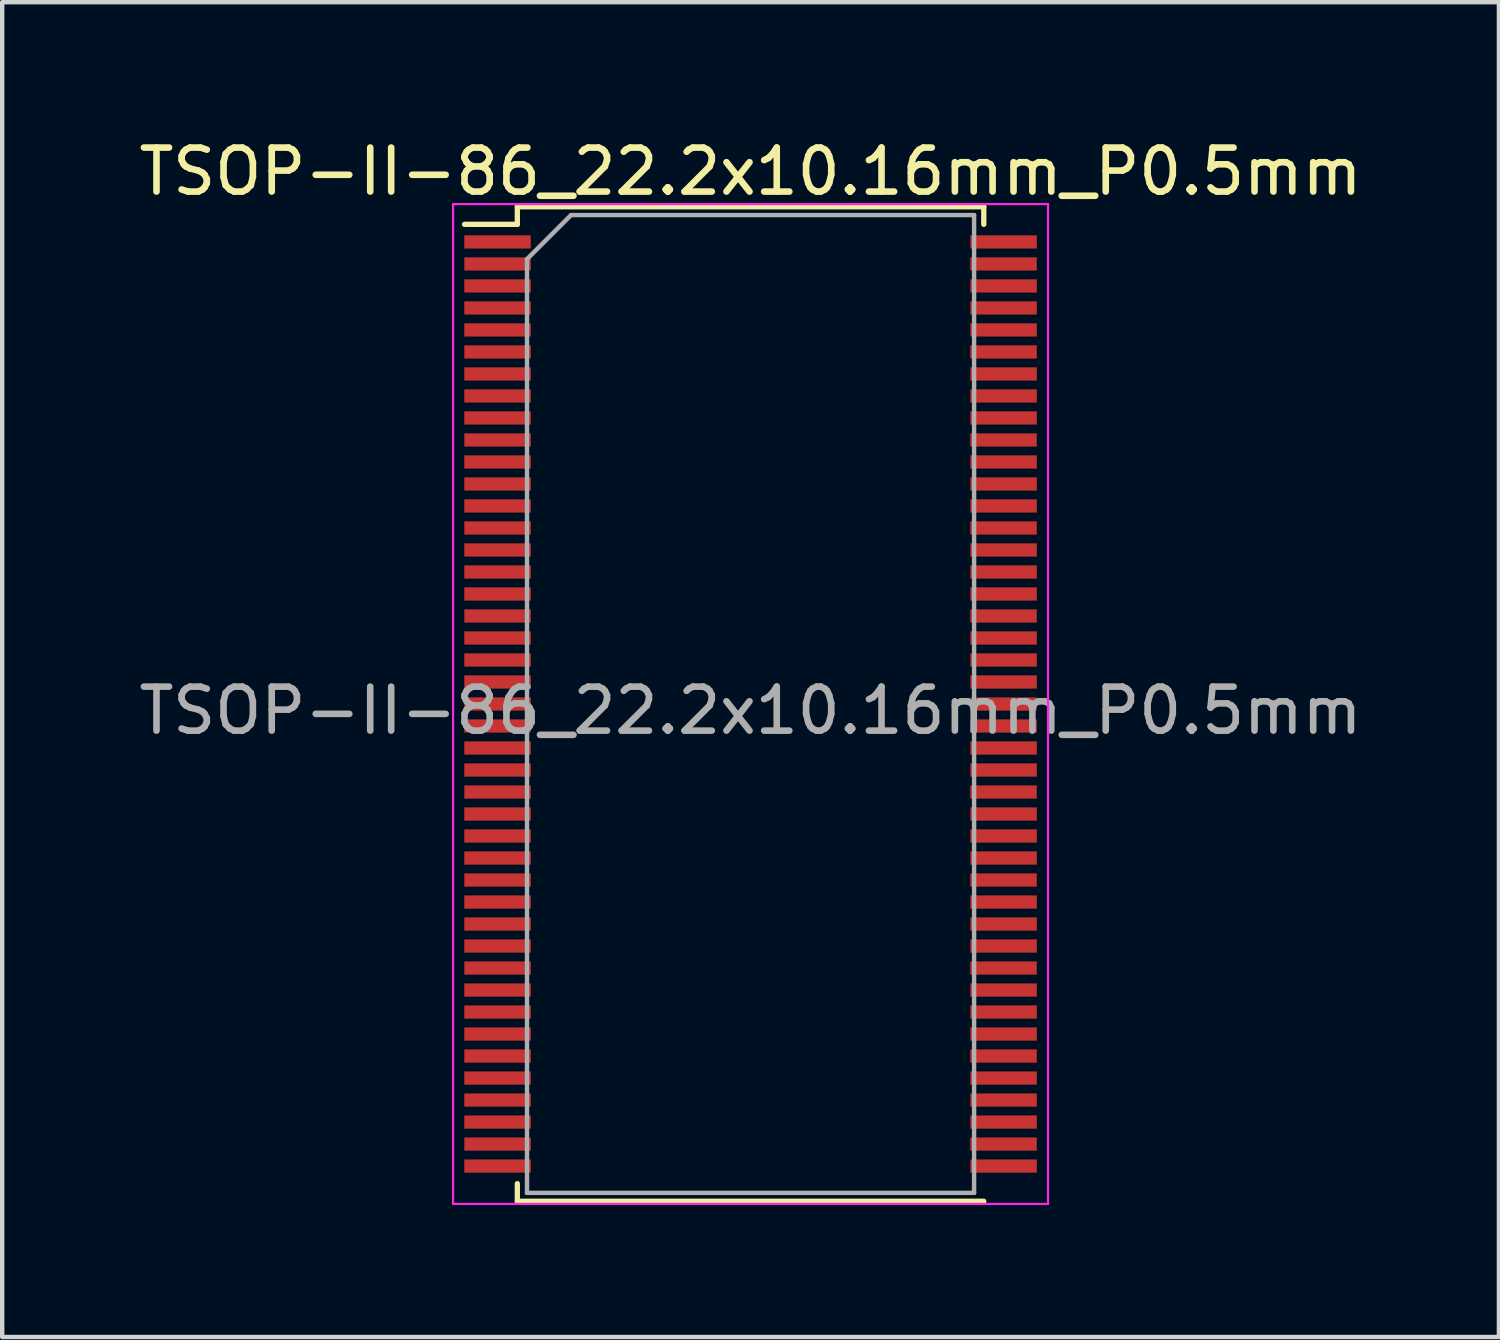
<source format=kicad_pcb>
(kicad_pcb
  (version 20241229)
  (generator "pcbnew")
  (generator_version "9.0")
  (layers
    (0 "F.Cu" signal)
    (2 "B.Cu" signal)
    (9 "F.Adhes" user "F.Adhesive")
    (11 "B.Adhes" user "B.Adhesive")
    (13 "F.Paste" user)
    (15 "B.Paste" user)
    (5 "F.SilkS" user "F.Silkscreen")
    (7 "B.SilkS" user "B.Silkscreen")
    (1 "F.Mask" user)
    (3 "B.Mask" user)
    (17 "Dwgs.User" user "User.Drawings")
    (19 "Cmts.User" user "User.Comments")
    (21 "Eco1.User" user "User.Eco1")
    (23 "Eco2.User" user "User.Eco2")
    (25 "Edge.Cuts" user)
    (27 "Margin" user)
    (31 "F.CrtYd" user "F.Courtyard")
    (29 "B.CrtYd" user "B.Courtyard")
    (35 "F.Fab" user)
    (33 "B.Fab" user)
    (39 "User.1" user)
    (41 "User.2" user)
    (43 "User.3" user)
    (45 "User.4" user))
  (footprint "TSOP-II-86_22.2x10.16mm_P0.5mm"
    (layer "F.Cu")
    (at 14.006 12.948)
    (property "Reference" "TSOP-II-86_22.2x10.16mm_P0.5mm" (at 0 -12.1 0) (unlocked yes) (layer "F.SilkS") (effects (font (size 1 1) (thickness 0.15))))
    (attr smd)
    (fp_line (start -6.5 -10.9) (end -5.3 -10.9) (stroke (width 0.12) (type solid)) (layer "F.SilkS"))
    (fp_line (start -5.3 -11.3) (end 5.3 -11.3) (stroke (width 0.12) (type solid)) (layer "F.SilkS"))
    (fp_line (start -5.3 -10.9) (end -5.3 -11.3) (stroke (width 0.12) (type solid)) (layer "F.SilkS"))
    (fp_line (start -5.3 10.9) (end -5.3 11.3) (stroke (width 0.12) (type solid)) (layer "F.SilkS"))
    (fp_line (start -5.3 11.3) (end 5.3 11.3) (stroke (width 0.12) (type solid)) (layer "F.SilkS"))
    (fp_line (start 5.3 -11.3) (end 5.3 -10.9) (stroke (width 0.12) (type solid)) (layer "F.SilkS"))
    (fp_line (start -6.76 -11.36) (end -6.76 11.36) (stroke (width 0.05) (type solid)) (layer "F.CrtYd"))
    (fp_line (start -6.76 -11.36) (end 6.76 -11.36) (stroke (width 0.05) (type solid)) (layer "F.CrtYd"))
    (fp_line (start 6.76 -11.36) (end 6.76 11.36) (stroke (width 0.05) (type solid)) (layer "F.CrtYd"))
    (fp_line (start 6.76 11.36) (end -6.76 11.36) (stroke (width 0.05) (type solid)) (layer "F.CrtYd"))
    (fp_line (start -5.08 11.11) (end -5.08 -10.11) (stroke (width 0.1) (type solid)) (layer "F.Fab"))
    (fp_line (start -4.08 -11.11) (end -5.08 -10.11) (stroke (width 0.1) (type solid)) (layer "F.Fab"))
    (fp_line (start -4.08 -11.11) (end 5.08 -11.11) (stroke (width 0.1) (type solid)) (layer "F.Fab"))
    (fp_line (start 5.08 -11.11) (end 5.08 11.11) (stroke (width 0.1) (type solid)) (layer "F.Fab"))
    (fp_line (start 5.08 11.11) (end -5.08 11.11) (stroke (width 0.1) (type solid)) (layer "F.Fab"))
    (fp_text user "${REFERENCE}" (at 0 0.15 0) (layer "F.Fab") (effects (font (size 1 1) (thickness 0.15))))
    (pad "1" smd rect (at -5.75 -10.5) (size 1.51 0.3) (layers "F.Cu" "F.Mask" "F.Paste"))
    (pad "2" smd rect (at -5.75 -10) (size 1.51 0.3) (layers "F.Cu" "F.Mask" "F.Paste"))
    (pad "3" smd rect (at -5.75 -9.5) (size 1.51 0.3) (layers "F.Cu" "F.Mask" "F.Paste"))
    (pad "4" smd rect (at -5.75 -9) (size 1.51 0.3) (layers "F.Cu" "F.Mask" "F.Paste"))
    (pad "5" smd rect (at -5.75 -8.5) (size 1.51 0.3) (layers "F.Cu" "F.Mask" "F.Paste"))
    (pad "6" smd rect (at -5.75 -8) (size 1.51 0.3) (layers "F.Cu" "F.Mask" "F.Paste"))
    (pad "7" smd rect (at -5.75 -7.5) (size 1.51 0.3) (layers "F.Cu" "F.Mask" "F.Paste"))
    (pad "8" smd rect (at -5.75 -7) (size 1.51 0.3) (layers "F.Cu" "F.Mask" "F.Paste"))
    (pad "9" smd rect (at -5.75 -6.5) (size 1.51 0.3) (layers "F.Cu" "F.Mask" "F.Paste"))
    (pad "10" smd rect (at -5.75 -6) (size 1.51 0.3) (layers "F.Cu" "F.Mask" "F.Paste"))
    (pad "11" smd rect (at -5.75 -5.5) (size 1.51 0.3) (layers "F.Cu" "F.Mask" "F.Paste"))
    (pad "12" smd rect (at -5.75 -5) (size 1.51 0.3) (layers "F.Cu" "F.Mask" "F.Paste"))
    (pad "13" smd rect (at -5.75 -4.5) (size 1.51 0.3) (layers "F.Cu" "F.Mask" "F.Paste"))
    (pad "14" smd rect (at -5.75 -4) (size 1.51 0.3) (layers "F.Cu" "F.Mask" "F.Paste"))
    (pad "15" smd rect (at -5.75 -3.5) (size 1.51 0.3) (layers "F.Cu" "F.Mask" "F.Paste"))
    (pad "16" smd rect (at -5.75 -3) (size 1.51 0.3) (layers "F.Cu" "F.Mask" "F.Paste"))
    (pad "17" smd rect (at -5.75 -2.5) (size 1.51 0.3) (layers "F.Cu" "F.Mask" "F.Paste"))
    (pad "18" smd rect (at -5.75 -2) (size 1.51 0.3) (layers "F.Cu" "F.Mask" "F.Paste"))
    (pad "19" smd rect (at -5.75 -1.5) (size 1.51 0.3) (layers "F.Cu" "F.Mask" "F.Paste"))
    (pad "20" smd rect (at -5.75 -1) (size 1.51 0.3) (layers "F.Cu" "F.Mask" "F.Paste"))
    (pad "21" smd rect (at -5.75 -0.5) (size 1.51 0.3) (layers "F.Cu" "F.Mask" "F.Paste"))
    (pad "22" smd rect (at -5.75 0) (size 1.51 0.3) (layers "F.Cu" "F.Mask" "F.Paste"))
    (pad "23" smd rect (at -5.75 0.5) (size 1.51 0.3) (layers "F.Cu" "F.Mask" "F.Paste"))
    (pad "24" smd rect (at -5.75 1) (size 1.51 0.3) (layers "F.Cu" "F.Mask" "F.Paste"))
    (pad "25" smd rect (at -5.75 1.5) (size 1.51 0.3) (layers "F.Cu" "F.Mask" "F.Paste"))
    (pad "26" smd rect (at -5.75 2) (size 1.51 0.3) (layers "F.Cu" "F.Mask" "F.Paste"))
    (pad "27" smd rect (at -5.75 2.5) (size 1.51 0.3) (layers "F.Cu" "F.Mask" "F.Paste"))
    (pad "28" smd rect (at -5.75 3) (size 1.51 0.3) (layers "F.Cu" "F.Mask" "F.Paste"))
    (pad "29" smd rect (at -5.75 3.5) (size 1.51 0.3) (layers "F.Cu" "F.Mask" "F.Paste"))
    (pad "30" smd rect (at -5.75 4) (size 1.51 0.3) (layers "F.Cu" "F.Mask" "F.Paste"))
    (pad "31" smd rect (at -5.75 4.5) (size 1.51 0.3) (layers "F.Cu" "F.Mask" "F.Paste"))
    (pad "32" smd rect (at -5.75 5) (size 1.51 0.3) (layers "F.Cu" "F.Mask" "F.Paste"))
    (pad "33" smd rect (at -5.75 5.5) (size 1.51 0.3) (layers "F.Cu" "F.Mask" "F.Paste"))
    (pad "34" smd rect (at -5.75 6) (size 1.51 0.3) (layers "F.Cu" "F.Mask" "F.Paste"))
    (pad "35" smd rect (at -5.75 6.5) (size 1.51 0.3) (layers "F.Cu" "F.Mask" "F.Paste"))
    (pad "36" smd rect (at -5.75 7) (size 1.51 0.3) (layers "F.Cu" "F.Mask" "F.Paste"))
    (pad "37" smd rect (at -5.75 7.5) (size 1.51 0.3) (layers "F.Cu" "F.Mask" "F.Paste"))
    (pad "38" smd rect (at -5.75 8) (size 1.51 0.3) (layers "F.Cu" "F.Mask" "F.Paste"))
    (pad "39" smd rect (at -5.75 8.5) (size 1.51 0.3) (layers "F.Cu" "F.Mask" "F.Paste"))
    (pad "40" smd rect (at -5.75 9) (size 1.51 0.3) (layers "F.Cu" "F.Mask" "F.Paste"))
    (pad "41" smd rect (at -5.75 9.5) (size 1.51 0.3) (layers "F.Cu" "F.Mask" "F.Paste"))
    (pad "42" smd rect (at -5.75 10) (size 1.51 0.3) (layers "F.Cu" "F.Mask" "F.Paste"))
    (pad "43" smd rect (at -5.75 10.5) (size 1.51 0.3) (layers "F.Cu" "F.Mask" "F.Paste"))
    (pad "44" smd rect (at 5.75 10.5) (size 1.51 0.3) (layers "F.Cu" "F.Mask" "F.Paste"))
    (pad "45" smd rect (at 5.75 10) (size 1.51 0.3) (layers "F.Cu" "F.Mask" "F.Paste"))
    (pad "46" smd rect (at 5.75 9.5) (size 1.51 0.3) (layers "F.Cu" "F.Mask" "F.Paste"))
    (pad "47" smd rect (at 5.75 9) (size 1.51 0.3) (layers "F.Cu" "F.Mask" "F.Paste"))
    (pad "48" smd rect (at 5.75 8.5) (size 1.51 0.3) (layers "F.Cu" "F.Mask" "F.Paste"))
    (pad "49" smd rect (at 5.75 8) (size 1.51 0.3) (layers "F.Cu" "F.Mask" "F.Paste"))
    (pad "50" smd rect (at 5.75 7.5) (size 1.51 0.3) (layers "F.Cu" "F.Mask" "F.Paste"))
    (pad "51" smd rect (at 5.75 7) (size 1.51 0.3) (layers "F.Cu" "F.Mask" "F.Paste"))
    (pad "52" smd rect (at 5.75 6.5) (size 1.51 0.3) (layers "F.Cu" "F.Mask" "F.Paste"))
    (pad "53" smd rect (at 5.75 6) (size 1.51 0.3) (layers "F.Cu" "F.Mask" "F.Paste"))
    (pad "54" smd rect (at 5.75 5.5) (size 1.51 0.3) (layers "F.Cu" "F.Mask" "F.Paste"))
    (pad "55" smd rect (at 5.75 5) (size 1.51 0.3) (layers "F.Cu" "F.Mask" "F.Paste"))
    (pad "56" smd rect (at 5.75 4.5) (size 1.51 0.3) (layers "F.Cu" "F.Mask" "F.Paste"))
    (pad "57" smd rect (at 5.75 4) (size 1.51 0.3) (layers "F.Cu" "F.Mask" "F.Paste"))
    (pad "58" smd rect (at 5.75 3.5) (size 1.51 0.3) (layers "F.Cu" "F.Mask" "F.Paste"))
    (pad "59" smd rect (at 5.75 3) (size 1.51 0.3) (layers "F.Cu" "F.Mask" "F.Paste"))
    (pad "60" smd rect (at 5.75 2.5) (size 1.51 0.3) (layers "F.Cu" "F.Mask" "F.Paste"))
    (pad "61" smd rect (at 5.75 2) (size 1.51 0.3) (layers "F.Cu" "F.Mask" "F.Paste"))
    (pad "62" smd rect (at 5.75 1.5) (size 1.51 0.3) (layers "F.Cu" "F.Mask" "F.Paste"))
    (pad "63" smd rect (at 5.75 1) (size 1.51 0.3) (layers "F.Cu" "F.Mask" "F.Paste"))
    (pad "64" smd rect (at 5.75 0.5) (size 1.51 0.3) (layers "F.Cu" "F.Mask" "F.Paste"))
    (pad "65" smd rect (at 5.75 0) (size 1.51 0.3) (layers "F.Cu" "F.Mask" "F.Paste"))
    (pad "66" smd rect (at 5.75 -0.5) (size 1.51 0.3) (layers "F.Cu" "F.Mask" "F.Paste"))
    (pad "67" smd rect (at 5.75 -1) (size 1.51 0.3) (layers "F.Cu" "F.Mask" "F.Paste"))
    (pad "68" smd rect (at 5.75 -1.5) (size 1.51 0.3) (layers "F.Cu" "F.Mask" "F.Paste"))
    (pad "69" smd rect (at 5.75 -2) (size 1.51 0.3) (layers "F.Cu" "F.Mask" "F.Paste"))
    (pad "70" smd rect (at 5.75 -2.5) (size 1.51 0.3) (layers "F.Cu" "F.Mask" "F.Paste"))
    (pad "71" smd rect (at 5.75 -3) (size 1.51 0.3) (layers "F.Cu" "F.Mask" "F.Paste"))
    (pad "72" smd rect (at 5.75 -3.5) (size 1.51 0.3) (layers "F.Cu" "F.Mask" "F.Paste"))
    (pad "73" smd rect (at 5.75 -4) (size 1.51 0.3) (layers "F.Cu" "F.Mask" "F.Paste"))
    (pad "74" smd rect (at 5.75 -4.5) (size 1.51 0.3) (layers "F.Cu" "F.Mask" "F.Paste"))
    (pad "75" smd rect (at 5.75 -5) (size 1.51 0.3) (layers "F.Cu" "F.Mask" "F.Paste"))
    (pad "76" smd rect (at 5.75 -5.5) (size 1.51 0.3) (layers "F.Cu" "F.Mask" "F.Paste"))
    (pad "77" smd rect (at 5.75 -6) (size 1.51 0.3) (layers "F.Cu" "F.Mask" "F.Paste"))
    (pad "78" smd rect (at 5.75 -6.5) (size 1.51 0.3) (layers "F.Cu" "F.Mask" "F.Paste"))
    (pad "79" smd rect (at 5.75 -7) (size 1.51 0.3) (layers "F.Cu" "F.Mask" "F.Paste"))
    (pad "80" smd rect (at 5.75 -7.5) (size 1.51 0.3) (layers "F.Cu" "F.Mask" "F.Paste"))
    (pad "81" smd rect (at 5.75 -8) (size 1.51 0.3) (layers "F.Cu" "F.Mask" "F.Paste"))
    (pad "82" smd rect (at 5.75 -8.5) (size 1.51 0.3) (layers "F.Cu" "F.Mask" "F.Paste"))
    (pad "83" smd rect (at 5.75 -9) (size 1.51 0.3) (layers "F.Cu" "F.Mask" "F.Paste"))
    (pad "84" smd rect (at 5.75 -9.5) (size 1.51 0.3) (layers "F.Cu" "F.Mask" "F.Paste"))
    (pad "85" smd rect (at 5.75 -10) (size 1.51 0.3) (layers "F.Cu" "F.Mask" "F.Paste"))
    (pad "86" smd rect (at 5.75 -10.5) (size 1.51 0.3) (layers "F.Cu" "F.Mask" "F.Paste")))
  (gr_rect
    (start -3 -3)
    (end 31.012 27.333)
    (stroke (width 0.1) (type default))
    (fill no)
    (layer "Edge.Cuts")))
</source>
